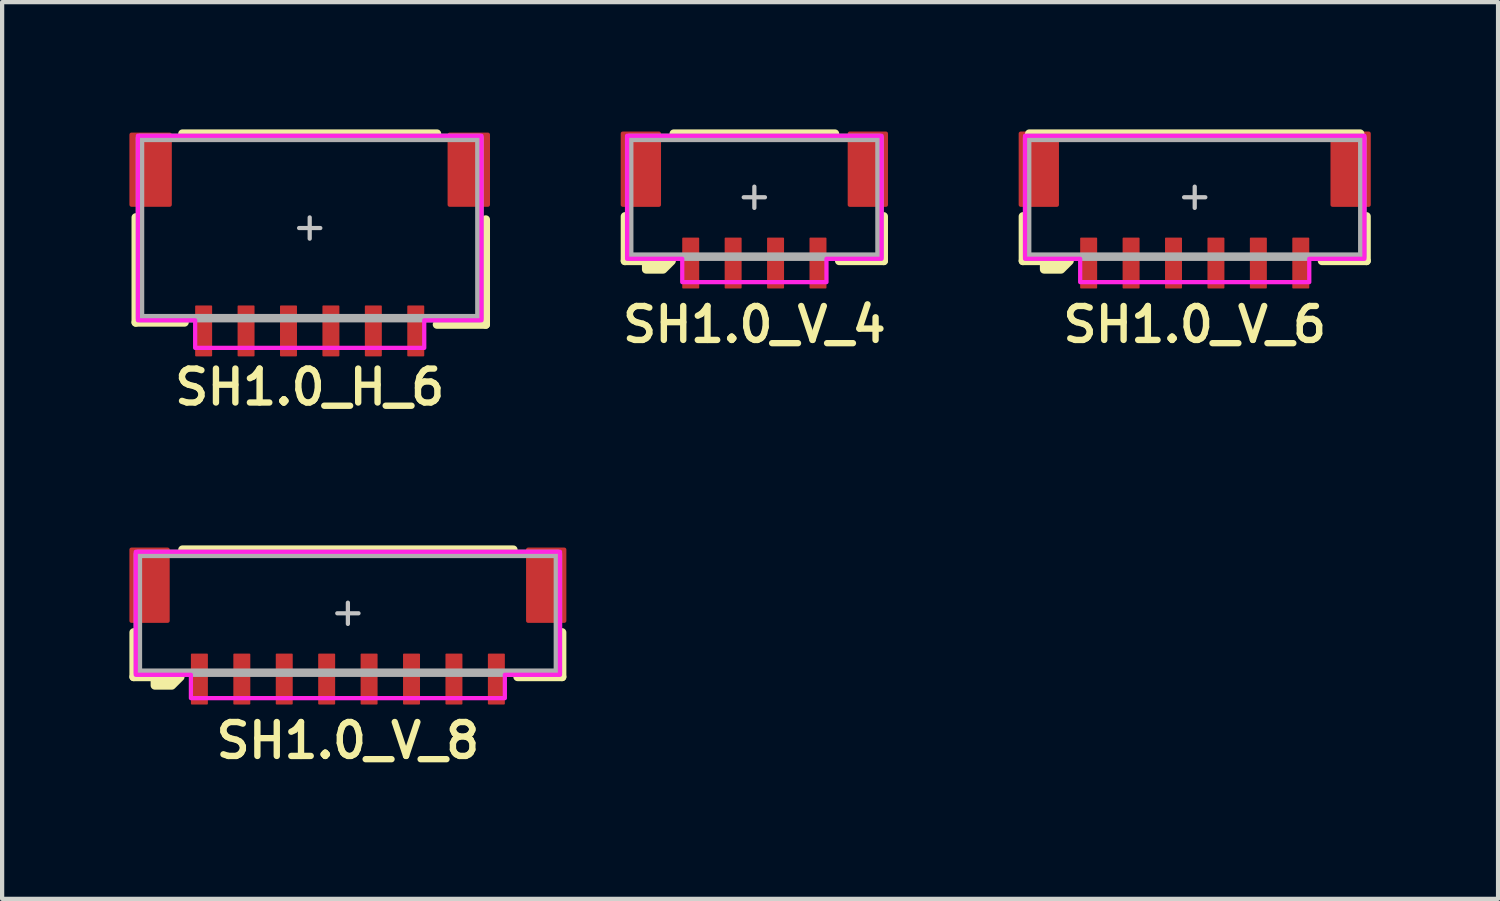
<source format=kicad_pcb>
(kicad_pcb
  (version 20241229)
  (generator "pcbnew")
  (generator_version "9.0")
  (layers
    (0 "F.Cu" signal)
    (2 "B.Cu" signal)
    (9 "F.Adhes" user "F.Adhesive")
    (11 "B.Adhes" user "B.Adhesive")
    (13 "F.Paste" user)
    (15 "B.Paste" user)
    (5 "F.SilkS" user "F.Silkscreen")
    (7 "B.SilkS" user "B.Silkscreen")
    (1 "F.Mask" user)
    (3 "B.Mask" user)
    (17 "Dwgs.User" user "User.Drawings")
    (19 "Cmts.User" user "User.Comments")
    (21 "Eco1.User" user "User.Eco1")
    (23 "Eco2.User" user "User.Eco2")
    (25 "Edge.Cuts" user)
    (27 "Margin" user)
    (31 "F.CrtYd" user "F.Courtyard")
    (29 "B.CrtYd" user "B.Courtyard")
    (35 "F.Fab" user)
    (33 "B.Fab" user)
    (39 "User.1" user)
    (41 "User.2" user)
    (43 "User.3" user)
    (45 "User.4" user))
  (footprint "SH1.0_V_8"
    (layer "F.Cu")
    (at 5.15 11.406)
    (property "Reference" "SH1.0_V_8" (at 0 3 0) (unlocked yes) (layer "F.SilkS") (effects (font (size 0.8 0.8) (thickness 0.15))))
    (attr smd)
    (fp_line (start -5.05 1.5) (end -5.05 0.45) (stroke (width 0.2) (type solid)) (layer "F.SilkS"))
    (fp_line (start -5.05 1.5) (end -4.55 1.5) (stroke (width 0.2) (type default)) (layer "F.SilkS"))
    (fp_line (start -3.9 -1.5) (end 3.9 -1.5) (stroke (width 0.2) (type solid)) (layer "F.SilkS"))
    (fp_line (start 4 1.5) (end 5.05 1.5) (stroke (width 0.2) (type default)) (layer "F.SilkS"))
    (fp_line (start 5.05 1.5) (end 5.05 0.45) (stroke (width 0.2) (type solid)) (layer "F.SilkS"))
    (fp_poly (pts (xy -4.55 1.7) (xy -4.55 1.5) (xy -3.95 1.5) (xy -4.15 1.7)) (stroke (width 0.2) (type solid)) (fill yes) (layer "F.SilkS"))
    (fp_line (start -0.25 0) (end 0.25 0) (stroke (width 0.1) (type default)) (layer "Dwgs.User"))
    (fp_line (start 0 -0.25) (end 0 0.25) (stroke (width 0.1) (type default)) (layer "Dwgs.User"))
    (fp_poly (pts (xy 3.7 1.45) (xy 5 1.45) (xy 5 -1.45) (xy -5 -1.45) (xy -5 1.45) (xy -3.7 1.45) (xy -3.7 2) (xy 3.7 2)) (stroke (width 0.1) (type solid)) (fill no) (layer "F.CrtYd"))
    (fp_rect (start -4.95 -1.4) (end 4.95 1.4) (stroke (width 0.2) (type default)) (fill no) (layer "F.Fab"))
    (pad "1" smd roundrect (at -3.5 1.55 270) (size 1.2 0.4) (layers "F.Cu" "F.Mask" "F.Paste") (roundrect_rratio 0.05))
    (pad "2" smd roundrect (at -2.5 1.55 270) (size 1.2 0.4) (layers "F.Cu" "F.Mask" "F.Paste") (roundrect_rratio 0.05))
    (pad "3" smd roundrect (at -1.5 1.55 270) (size 1.2 0.4) (layers "F.Cu" "F.Mask" "F.Paste") (roundrect_rratio 0.05))
    (pad "4" smd roundrect (at -0.5 1.55 270) (size 1.2 0.4) (layers "F.Cu" "F.Mask" "F.Paste") (roundrect_rratio 0.05))
    (pad "5" smd roundrect (at 0.5 1.55 270) (size 1.2 0.4) (layers "F.Cu" "F.Mask" "F.Paste") (roundrect_rratio 0.05))
    (pad "6" smd roundrect (at 1.5 1.55 270) (size 1.2 0.4) (layers "F.Cu" "F.Mask" "F.Paste") (roundrect_rratio 0.05))
    (pad "7" smd roundrect (at 2.5 1.55 270) (size 1.2 0.4) (layers "F.Cu" "F.Mask" "F.Paste") (roundrect_rratio 0.05))
    (pad "8" smd roundrect (at 3.5 1.55 270) (size 1.2 0.4) (layers "F.Cu" "F.Mask" "F.Paste") (roundrect_rratio 0.05))
    (pad "SHELL" smd roundrect (at -4.675 -0.662 90) (size 1.775 0.95) (layers "F.Cu" "F.Mask" "F.Paste") (roundrect_rratio 0.05))
    (pad "SHELL" smd roundrect (at 4.675 -0.662 90) (size 1.775 0.95) (layers "F.Cu" "F.Mask" "F.Paste") (roundrect_rratio 0.05)))
  (footprint "SH1.0_H_6"
    (layer "F.Cu")
    (at 4.25 2.325)
    (property "Reference" "SH1.0_H_6" (at 0 3.75 0) (unlocked yes) (layer "F.SilkS") (effects (font (size 0.8 0.8) (thickness 0.15))))
    (attr smd)
    (fp_line (start -4.1 -0.25) (end -4.1 2.225) (stroke (width 0.2) (type default)) (layer "F.SilkS"))
    (fp_line (start -4.1 2.225) (end -2.95 2.225) (stroke (width 0.2) (type default)) (layer "F.SilkS"))
    (fp_line (start -3 -2.225) (end 3 -2.225) (stroke (width 0.2) (type default)) (layer "F.SilkS"))
    (fp_line (start 4.15 -0.2) (end 4.15 2.275) (stroke (width 0.2) (type default)) (layer "F.SilkS"))
    (fp_line (start 4.15 2.275) (end 3 2.275) (stroke (width 0.2) (type default)) (layer "F.SilkS"))
    (fp_line (start -0.25 0) (end 0.25 0) (stroke (width 0.1) (type default)) (layer "Dwgs.User"))
    (fp_line (start 0 -0.25) (end 0 0.25) (stroke (width 0.1) (type default)) (layer "Dwgs.User"))
    (fp_poly (pts (xy -4.05 -2.175) (xy -4.05 2.175) (xy -2.7 2.175) (xy -2.7 2.825) (xy 2.7 2.825) (xy 2.7 2.175) (xy 4.05 2.175) (xy 4.05 -2.175)) (stroke (width 0.1) (type solid)) (fill no) (layer "F.CrtYd"))
    (fp_rect (start -4 -2.125) (end 4 2.125) (stroke (width 0.2) (type default)) (fill no) (layer "F.Fab"))
    (pad "1" smd roundrect (at 2.5 2.425 90) (size 1.2 0.4) (layers "F.Cu" "F.Mask" "F.Paste") (roundrect_rratio 0.05))
    (pad "2" smd roundrect (at 1.5 2.425 90) (size 1.2 0.4) (layers "F.Cu" "F.Mask" "F.Paste") (roundrect_rratio 0.05))
    (pad "3" smd roundrect (at 0.5 2.425 90) (size 1.2 0.4) (layers "F.Cu" "F.Mask" "F.Paste") (roundrect_rratio 0.05))
    (pad "4" smd roundrect (at -0.5 2.425 90) (size 1.2 0.4) (layers "F.Cu" "F.Mask" "F.Paste") (roundrect_rratio 0.05))
    (pad "5" smd roundrect (at -1.5 2.425 90) (size 1.2 0.4) (layers "F.Cu" "F.Mask" "F.Paste") (roundrect_rratio 0.05))
    (pad "6" smd roundrect (at -2.5 2.425 90) (size 1.2 0.4) (layers "F.Cu" "F.Mask" "F.Paste") (roundrect_rratio 0.05))
    (pad "SHELL" smd roundrect (at -3.75 -1.375 90) (size 1.75 1) (layers "F.Cu" "F.Mask" "F.Paste") (roundrect_rratio 0.05))
    (pad "SHELL" smd roundrect (at 3.75 -1.375 90) (size 1.75 1) (layers "F.Cu" "F.Mask" "F.Paste") (roundrect_rratio 0.05)))
  (footprint "SH1.0_V_4"
    (layer "F.Cu")
    (at 14.731 1.6)
    (property "Reference" "SH1.0_V_4" (at 0 3 0) (unlocked yes) (layer "F.SilkS") (effects (font (size 0.8 0.8) (thickness 0.15))))
    (attr smd)
    (fp_line (start -3.05 1.5) (end -3.05 0.45) (stroke (width 0.2) (type solid)) (layer "F.SilkS"))
    (fp_line (start -3.05 1.5) (end -2.55 1.5) (stroke (width 0.2) (type default)) (layer "F.SilkS"))
    (fp_line (start -1.9 -1.5) (end 1.9 -1.5) (stroke (width 0.2) (type solid)) (layer "F.SilkS"))
    (fp_line (start 2 1.5) (end 3.05 1.5) (stroke (width 0.2) (type default)) (layer "F.SilkS"))
    (fp_line (start 3.05 1.5) (end 3.05 0.45) (stroke (width 0.2) (type solid)) (layer "F.SilkS"))
    (fp_poly (pts (xy -2.55 1.7) (xy -2.55 1.5) (xy -1.95 1.5) (xy -2.15 1.7)) (stroke (width 0.2) (type solid)) (fill yes) (layer "F.SilkS"))
    (fp_line (start -0.25 0) (end 0.25 0) (stroke (width 0.1) (type default)) (layer "Dwgs.User"))
    (fp_line (start 0 -0.25) (end 0 0.25) (stroke (width 0.1) (type default)) (layer "Dwgs.User"))
    (fp_poly (pts (xy 1.7 1.45) (xy 3 1.45) (xy 3 -1.45) (xy -3 -1.45) (xy -3 1.45) (xy -1.7 1.45) (xy -1.7 2) (xy 1.7 2)) (stroke (width 0.1) (type solid)) (fill no) (layer "F.CrtYd"))
    (fp_rect (start -2.95 -1.4) (end 2.95 1.4) (stroke (width 0.2) (type default)) (fill no) (layer "F.Fab"))
    (pad "1" smd roundrect (at -1.5 1.55 270) (size 1.2 0.4) (layers "F.Cu" "F.Mask" "F.Paste") (roundrect_rratio 0.05))
    (pad "2" smd roundrect (at -0.5 1.55 270) (size 1.2 0.4) (layers "F.Cu" "F.Mask" "F.Paste") (roundrect_rratio 0.05))
    (pad "3" smd roundrect (at 0.5 1.55 270) (size 1.2 0.4) (layers "F.Cu" "F.Mask" "F.Paste") (roundrect_rratio 0.05))
    (pad "4" smd roundrect (at 1.5 1.55 270) (size 1.2 0.4) (layers "F.Cu" "F.Mask" "F.Paste") (roundrect_rratio 0.05))
    (pad "SHELL" smd roundrect (at -2.675 -0.662 90) (size 1.775 0.95) (layers "F.Cu" "F.Mask" "F.Paste") (roundrect_rratio 0.05))
    (pad "SHELL" smd roundrect (at 2.675 -0.662 90) (size 1.775 0.95) (layers "F.Cu" "F.Mask" "F.Paste") (roundrect_rratio 0.05)))
  (footprint "SH1.0_V_6"
    (layer "F.Cu")
    (at 25.111 1.6)
    (property "Reference" "SH1.0_V_6" (at 0 3 0) (unlocked yes) (layer "F.SilkS") (effects (font (size 0.8 0.8) (thickness 0.15))))
    (attr smd)
    (fp_line (start -4.05 1.5) (end -4.05 0.45) (stroke (width 0.2) (type solid)) (layer "F.SilkS"))
    (fp_line (start -4.05 1.5) (end -3.55 1.5) (stroke (width 0.2) (type default)) (layer "F.SilkS"))
    (fp_line (start -3.9 -1.5) (end 3.9 -1.5) (stroke (width 0.2) (type solid)) (layer "F.SilkS"))
    (fp_line (start 3 1.5) (end 4.05 1.5) (stroke (width 0.2) (type default)) (layer "F.SilkS"))
    (fp_line (start 4.05 1.5) (end 4.05 0.45) (stroke (width 0.2) (type solid)) (layer "F.SilkS"))
    (fp_poly (pts (xy -3.55 1.7) (xy -3.55 1.5) (xy -2.95 1.5) (xy -3.15 1.7)) (stroke (width 0.2) (type solid)) (fill yes) (layer "F.SilkS"))
    (fp_line (start -0.25 0) (end 0.25 0) (stroke (width 0.1) (type default)) (layer "Dwgs.User"))
    (fp_line (start 0 -0.25) (end 0 0.25) (stroke (width 0.1) (type default)) (layer "Dwgs.User"))
    (fp_poly (pts (xy 2.7 1.45) (xy 4 1.45) (xy 4 -1.45) (xy -4 -1.45) (xy -4 1.45) (xy -2.7 1.45) (xy -2.7 2) (xy 2.7 2)) (stroke (width 0.1) (type solid)) (fill no) (layer "F.CrtYd"))
    (fp_rect (start -3.95 -1.4) (end 3.95 1.4) (stroke (width 0.2) (type default)) (fill no) (layer "F.Fab"))
    (pad "1" smd roundrect (at -2.5 1.55 270) (size 1.2 0.4) (layers "F.Cu" "F.Mask" "F.Paste") (roundrect_rratio 0.05))
    (pad "2" smd roundrect (at -1.5 1.55 270) (size 1.2 0.4) (layers "F.Cu" "F.Mask" "F.Paste") (roundrect_rratio 0.05))
    (pad "3" smd roundrect (at -0.5 1.55 270) (size 1.2 0.4) (layers "F.Cu" "F.Mask" "F.Paste") (roundrect_rratio 0.05))
    (pad "4" smd roundrect (at 0.5 1.55 270) (size 1.2 0.4) (layers "F.Cu" "F.Mask" "F.Paste") (roundrect_rratio 0.05))
    (pad "5" smd roundrect (at 1.5 1.55 270) (size 1.2 0.4) (layers "F.Cu" "F.Mask" "F.Paste") (roundrect_rratio 0.05))
    (pad "6" smd roundrect (at 2.5 1.55 270) (size 1.2 0.4) (layers "F.Cu" "F.Mask" "F.Paste") (roundrect_rratio 0.05))
    (pad "SHELL" smd roundrect (at -3.675 -0.662 90) (size 1.775 0.95) (layers "F.Cu" "F.Mask" "F.Paste") (roundrect_rratio 0.05))
    (pad "SHELL" smd roundrect (at 3.675 -0.662 90) (size 1.775 0.95) (layers "F.Cu" "F.Mask" "F.Paste") (roundrect_rratio 0.05)))
  (gr_rect
    (start -3 -3)
    (end 32.261 18.137)
    (stroke (width 0.1) (type default))
    (fill no)
    (layer "Edge.Cuts")))
</source>
